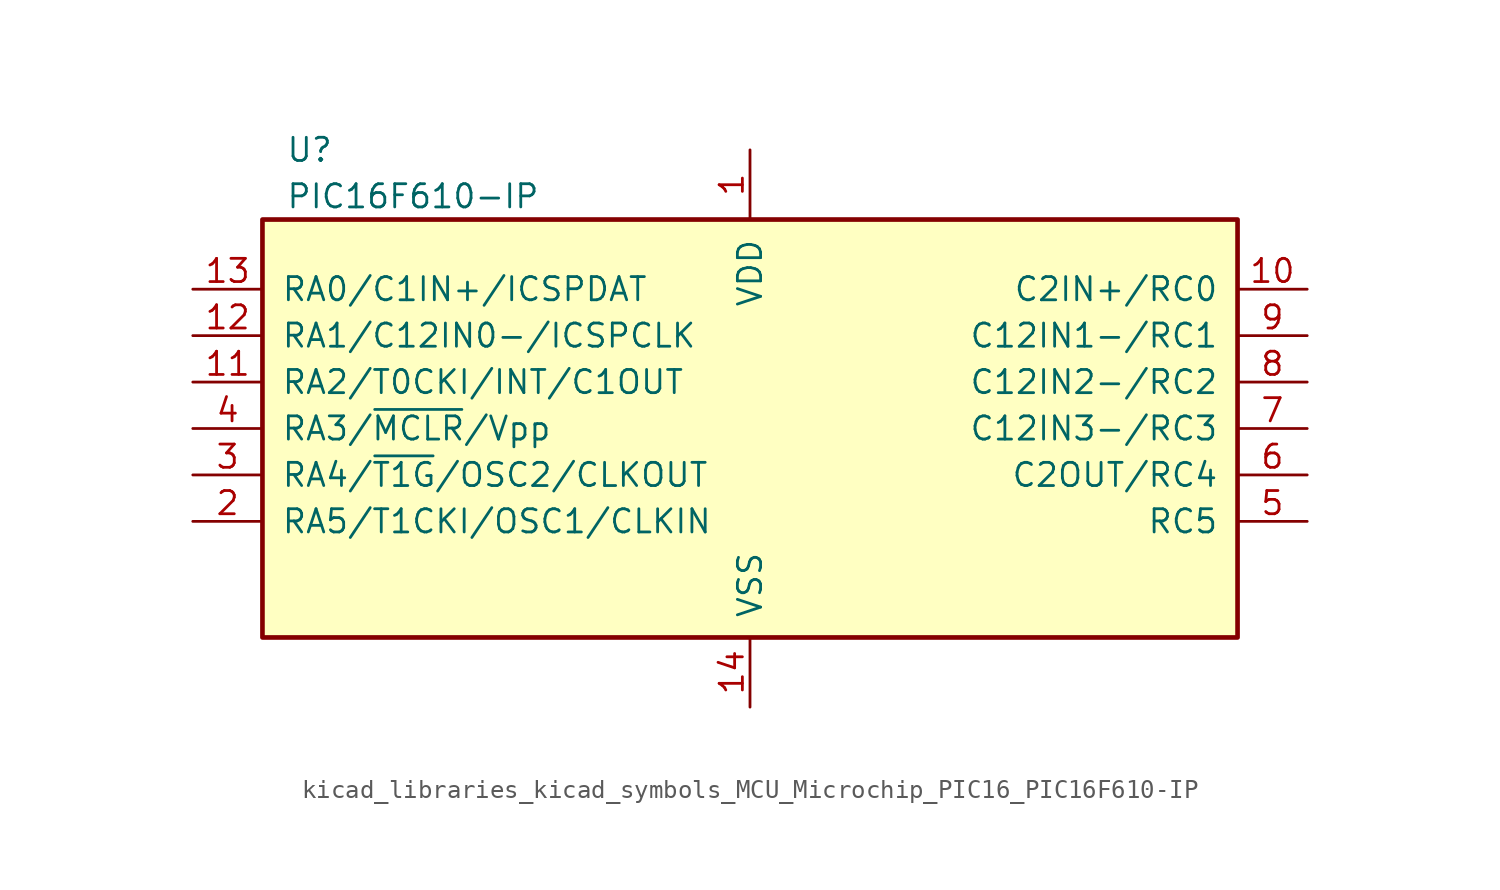
<source format=kicad_sym>
(kicad_symbol_lib
  (version 20220914)
  (generator kicad_symbol_editor)
  (symbol "kicad_libraries_kicad_symbols_MCU_Microchip_PIC16_PIC16F610-IP"
    (pin_names
      (offset 1.016))
    (property "Reference" "U"
      (at -25.4 15.24 0)
      (effects (font (size 1.27 1.27)) (justify left)))
    (property "Value" "PIC16F610-IP"
      (at -25.4 12.7 0)
      (effects (font (size 1.27 1.27)) (justify left)))
    (symbol "kicad_libraries_kicad_symbols_MCU_Microchip_PIC16_PIC16F610-IP_0_1"
      (rectangle (start -26.67 11.43) (end 26.67 -11.43) (stroke (width 0.254) (type default)) (fill (type background))))
    (symbol "kicad_libraries_kicad_symbols_MCU_Microchip_PIC16_PIC16F610-IP_1_1"
      (pin power_in line (at 0 15.24 270) (length 3.81) (name "VDD" (effects (font (size 1.27 1.27)))) (number "1" (effects (font (size 1.27 1.27)))))
      (pin bidirectional line (at 30.48 7.62 180) (length 3.81) (name "C2IN+/RC0" (effects (font (size 1.27 1.27)))) (number "10" (effects (font (size 1.27 1.27)))))
      (pin bidirectional line (at -30.48 2.54 0) (length 3.81) (name "RA2/T0CKI/INT/C1OUT" (effects (font (size 1.27 1.27)))) (number "11" (effects (font (size 1.27 1.27)))))
      (pin bidirectional line (at -30.48 5.08 0) (length 3.81) (name "RA1/C12IN0-/ICSPCLK" (effects (font (size 1.27 1.27)))) (number "12" (effects (font (size 1.27 1.27)))))
      (pin bidirectional line (at -30.48 7.62 0) (length 3.81) (name "RA0/C1IN+/ICSPDAT" (effects (font (size 1.27 1.27)))) (number "13" (effects (font (size 1.27 1.27)))))
      (pin power_in line (at 0 -15.24 90) (length 3.81) (name "VSS" (effects (font (size 1.27 1.27)))) (number "14" (effects (font (size 1.27 1.27)))))
      (pin bidirectional line (at -30.48 -5.08 0) (length 3.81) (name "RA5/T1CKI/OSC1/CLKIN" (effects (font (size 1.27 1.27)))) (number "2" (effects (font (size 1.27 1.27)))))
      (pin bidirectional line (at -30.48 -2.54 0) (length 3.81) (name "RA4/~{T1G}/OSC2/CLKOUT" (effects (font (size 1.27 1.27)))) (number "3" (effects (font (size 1.27 1.27)))))
      (pin input line (at -30.48 0 0) (length 3.81) (name "RA3/~{MCLR}/Vpp" (effects (font (size 1.27 1.27)))) (number "4" (effects (font (size 1.27 1.27)))))
      (pin bidirectional line (at 30.48 -5.08 180) (length 3.81) (name "RC5" (effects (font (size 1.27 1.27)))) (number "5" (effects (font (size 1.27 1.27)))))
      (pin bidirectional line (at 30.48 -2.54 180) (length 3.81) (name "C2OUT/RC4" (effects (font (size 1.27 1.27)))) (number "6" (effects (font (size 1.27 1.27)))))
      (pin bidirectional line (at 30.48 0 180) (length 3.81) (name "C12IN3-/RC3" (effects (font (size 1.27 1.27)))) (number "7" (effects (font (size 1.27 1.27)))))
      (pin bidirectional line (at 30.48 2.54 180) (length 3.81) (name "C12IN2-/RC2" (effects (font (size 1.27 1.27)))) (number "8" (effects (font (size 1.27 1.27)))))
      (pin bidirectional line (at 30.48 5.08 180) (length 3.81) (name "C12IN1-/RC1" (effects (font (size 1.27 1.27)))) (number "9" (effects (font (size 1.27 1.27))))))))
</source>
